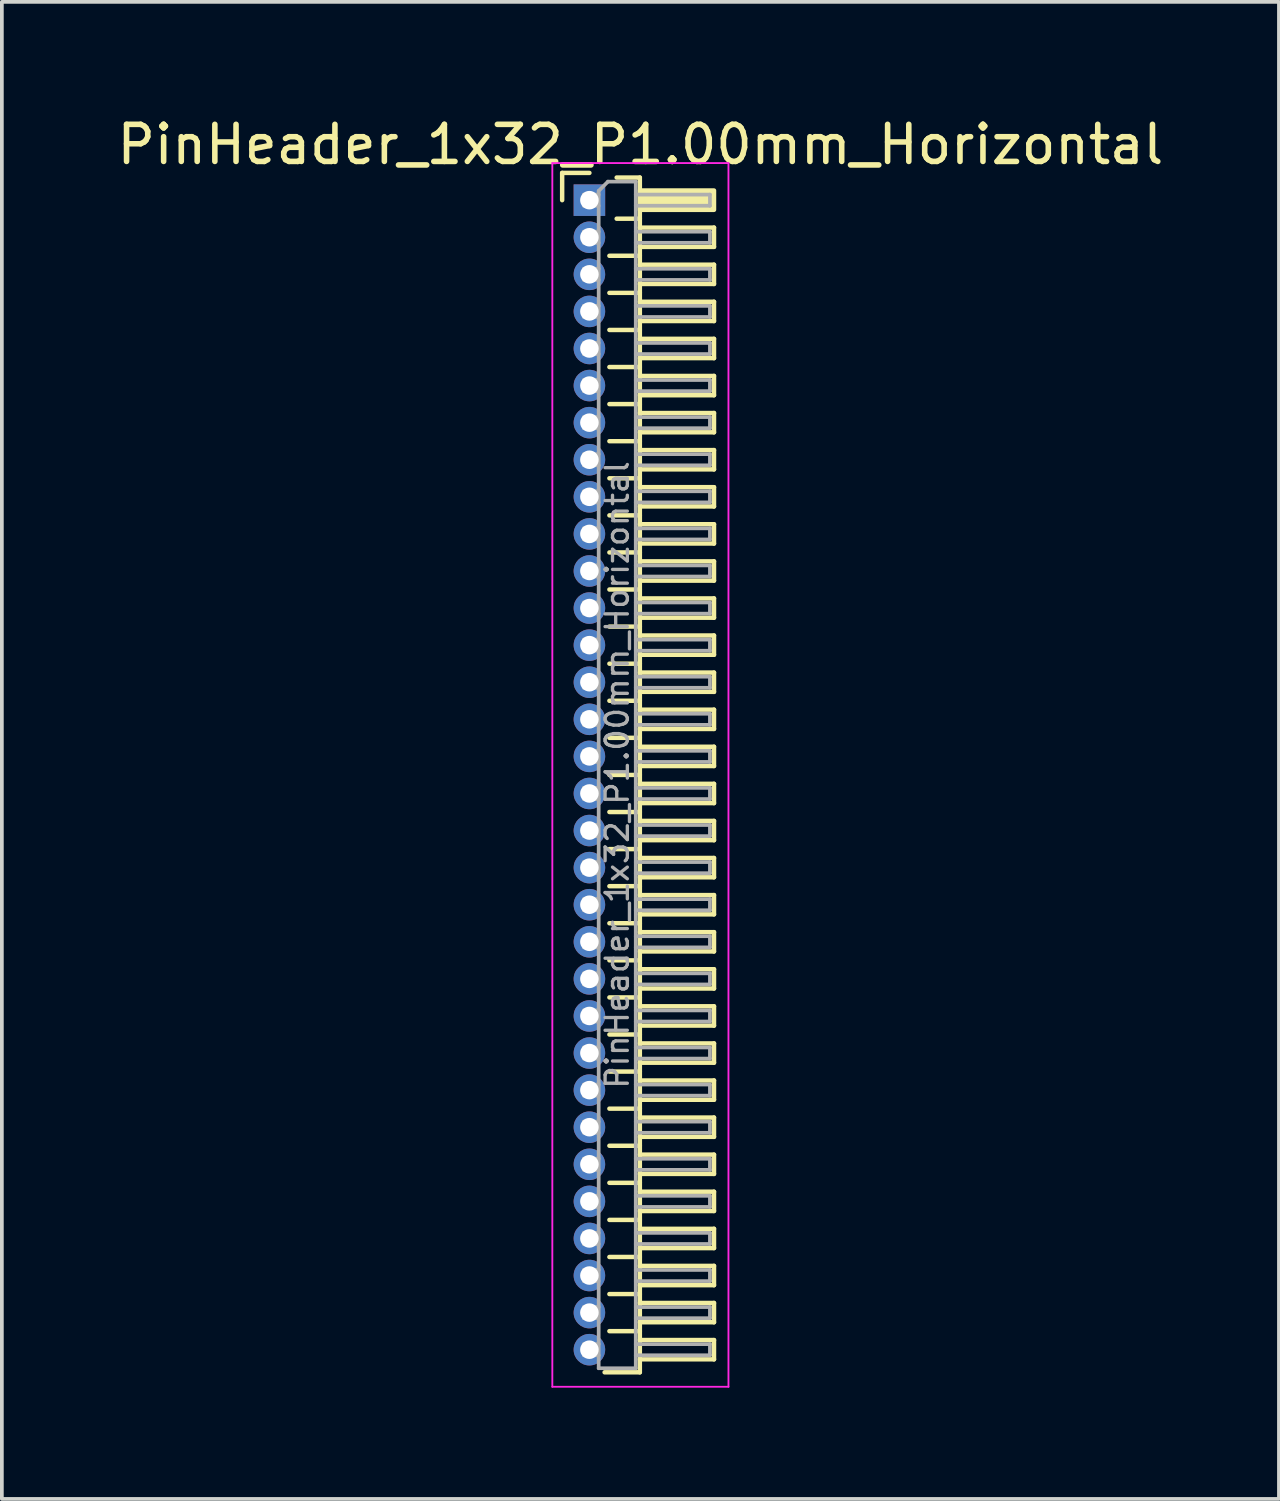
<source format=kicad_pcb>
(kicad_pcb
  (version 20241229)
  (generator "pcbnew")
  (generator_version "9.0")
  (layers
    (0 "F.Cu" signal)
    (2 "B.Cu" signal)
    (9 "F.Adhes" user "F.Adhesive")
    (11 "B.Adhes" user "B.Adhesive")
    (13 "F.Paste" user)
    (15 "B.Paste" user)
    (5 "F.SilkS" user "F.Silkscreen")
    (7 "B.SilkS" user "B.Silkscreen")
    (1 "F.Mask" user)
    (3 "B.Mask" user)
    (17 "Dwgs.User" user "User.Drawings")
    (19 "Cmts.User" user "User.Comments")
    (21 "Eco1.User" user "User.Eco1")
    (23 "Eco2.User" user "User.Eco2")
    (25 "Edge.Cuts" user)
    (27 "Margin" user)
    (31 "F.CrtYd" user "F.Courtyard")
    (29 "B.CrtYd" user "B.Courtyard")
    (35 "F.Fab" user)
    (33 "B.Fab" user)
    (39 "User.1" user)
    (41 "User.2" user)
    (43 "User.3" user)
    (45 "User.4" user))
  (footprint "PinHeader_1x32_P1.00mm_Horizontal"
    (layer "F.Cu")
    (at 12.845 2.348)
    (property "Reference" "PinHeader_1x32_P1.00mm_Horizontal" (at 1.375 -1.5 0) (layer "F.SilkS") (effects (font (size 1 1) (thickness 0.15))))
    (attr through_hole)
    (fp_line (start -0.735 -0.735) (end 0 -0.735) (stroke (width 0.12) (type solid)) (layer "F.SilkS"))
    (fp_line (start -0.735 0) (end -0.735 -0.735) (stroke (width 0.12) (type solid)) (layer "F.SilkS"))
    (fp_line (start 0.539 1.5) (end 1.36 1.5) (stroke (width 0.12) (type solid)) (layer "F.SilkS"))
    (fp_line (start 0.539 2.5) (end 1.36 2.5) (stroke (width 0.12) (type solid)) (layer "F.SilkS"))
    (fp_line (start 0.539 3.5) (end 1.36 3.5) (stroke (width 0.12) (type solid)) (layer "F.SilkS"))
    (fp_line (start 0.539 4.5) (end 1.36 4.5) (stroke (width 0.12) (type solid)) (layer "F.SilkS"))
    (fp_line (start 0.539 5.5) (end 1.36 5.5) (stroke (width 0.12) (type solid)) (layer "F.SilkS"))
    (fp_line (start 0.539 6.5) (end 1.36 6.5) (stroke (width 0.12) (type solid)) (layer "F.SilkS"))
    (fp_line (start 0.539 7.5) (end 1.36 7.5) (stroke (width 0.12) (type solid)) (layer "F.SilkS"))
    (fp_line (start 0.539 8.5) (end 1.36 8.5) (stroke (width 0.12) (type solid)) (layer "F.SilkS"))
    (fp_line (start 0.539 9.5) (end 1.36 9.5) (stroke (width 0.12) (type solid)) (layer "F.SilkS"))
    (fp_line (start 0.539 10.5) (end 1.36 10.5) (stroke (width 0.12) (type solid)) (layer "F.SilkS"))
    (fp_line (start 0.539 11.5) (end 1.36 11.5) (stroke (width 0.12) (type solid)) (layer "F.SilkS"))
    (fp_line (start 0.539 12.5) (end 1.36 12.5) (stroke (width 0.12) (type solid)) (layer "F.SilkS"))
    (fp_line (start 0.539 13.5) (end 1.36 13.5) (stroke (width 0.12) (type solid)) (layer "F.SilkS"))
    (fp_line (start 0.539 14.5) (end 1.36 14.5) (stroke (width 0.12) (type solid)) (layer "F.SilkS"))
    (fp_line (start 0.539 15.5) (end 1.36 15.5) (stroke (width 0.12) (type solid)) (layer "F.SilkS"))
    (fp_line (start 0.539 16.5) (end 1.36 16.5) (stroke (width 0.12) (type solid)) (layer "F.SilkS"))
    (fp_line (start 0.539 17.5) (end 1.36 17.5) (stroke (width 0.12) (type solid)) (layer "F.SilkS"))
    (fp_line (start 0.539 18.5) (end 1.36 18.5) (stroke (width 0.12) (type solid)) (layer "F.SilkS"))
    (fp_line (start 0.539 19.5) (end 1.36 19.5) (stroke (width 0.12) (type solid)) (layer "F.SilkS"))
    (fp_line (start 0.539 20.5) (end 1.36 20.5) (stroke (width 0.12) (type solid)) (layer "F.SilkS"))
    (fp_line (start 0.539 21.5) (end 1.36 21.5) (stroke (width 0.12) (type solid)) (layer "F.SilkS"))
    (fp_line (start 0.539 22.5) (end 1.36 22.5) (stroke (width 0.12) (type solid)) (layer "F.SilkS"))
    (fp_line (start 0.539 23.5) (end 1.36 23.5) (stroke (width 0.12) (type solid)) (layer "F.SilkS"))
    (fp_line (start 0.539 24.5) (end 1.36 24.5) (stroke (width 0.12) (type solid)) (layer "F.SilkS"))
    (fp_line (start 0.539 25.5) (end 1.36 25.5) (stroke (width 0.12) (type solid)) (layer "F.SilkS"))
    (fp_line (start 0.539 26.5) (end 1.36 26.5) (stroke (width 0.12) (type solid)) (layer "F.SilkS"))
    (fp_line (start 0.539 27.5) (end 1.36 27.5) (stroke (width 0.12) (type solid)) (layer "F.SilkS"))
    (fp_line (start 0.539 28.5) (end 1.36 28.5) (stroke (width 0.12) (type solid)) (layer "F.SilkS"))
    (fp_line (start 0.539 29.5) (end 1.36 29.5) (stroke (width 0.12) (type solid)) (layer "F.SilkS"))
    (fp_line (start 0.539 30.5) (end 1.36 30.5) (stroke (width 0.12) (type solid)) (layer "F.SilkS"))
    (fp_line (start 0.735 -0.61) (end 1.36 -0.61) (stroke (width 0.12) (type solid)) (layer "F.SilkS"))
    (fp_line (start 0.735 0.5) (end 1.36 0.5) (stroke (width 0.12) (type solid)) (layer "F.SilkS"))
    (fp_line (start 1.36 -0.61) (end 1.36 31.61) (stroke (width 0.12) (type solid)) (layer "F.SilkS"))
    (fp_line (start 1.36 0.74) (end 3.36 0.74) (stroke (width 0.12) (type solid)) (layer "F.SilkS"))
    (fp_line (start 1.36 1.74) (end 3.36 1.74) (stroke (width 0.12) (type solid)) (layer "F.SilkS"))
    (fp_line (start 1.36 2.74) (end 3.36 2.74) (stroke (width 0.12) (type solid)) (layer "F.SilkS"))
    (fp_line (start 1.36 3.74) (end 3.36 3.74) (stroke (width 0.12) (type solid)) (layer "F.SilkS"))
    (fp_line (start 1.36 4.74) (end 3.36 4.74) (stroke (width 0.12) (type solid)) (layer "F.SilkS"))
    (fp_line (start 1.36 5.74) (end 3.36 5.74) (stroke (width 0.12) (type solid)) (layer "F.SilkS"))
    (fp_line (start 1.36 6.74) (end 3.36 6.74) (stroke (width 0.12) (type solid)) (layer "F.SilkS"))
    (fp_line (start 1.36 7.74) (end 3.36 7.74) (stroke (width 0.12) (type solid)) (layer "F.SilkS"))
    (fp_line (start 1.36 8.74) (end 3.36 8.74) (stroke (width 0.12) (type solid)) (layer "F.SilkS"))
    (fp_line (start 1.36 9.74) (end 3.36 9.74) (stroke (width 0.12) (type solid)) (layer "F.SilkS"))
    (fp_line (start 1.36 10.74) (end 3.36 10.74) (stroke (width 0.12) (type solid)) (layer "F.SilkS"))
    (fp_line (start 1.36 11.74) (end 3.36 11.74) (stroke (width 0.12) (type solid)) (layer "F.SilkS"))
    (fp_line (start 1.36 12.74) (end 3.36 12.74) (stroke (width 0.12) (type solid)) (layer "F.SilkS"))
    (fp_line (start 1.36 13.74) (end 3.36 13.74) (stroke (width 0.12) (type solid)) (layer "F.SilkS"))
    (fp_line (start 1.36 14.74) (end 3.36 14.74) (stroke (width 0.12) (type solid)) (layer "F.SilkS"))
    (fp_line (start 1.36 15.74) (end 3.36 15.74) (stroke (width 0.12) (type solid)) (layer "F.SilkS"))
    (fp_line (start 1.36 16.74) (end 3.36 16.74) (stroke (width 0.12) (type solid)) (layer "F.SilkS"))
    (fp_line (start 1.36 17.74) (end 3.36 17.74) (stroke (width 0.12) (type solid)) (layer "F.SilkS"))
    (fp_line (start 1.36 18.74) (end 3.36 18.74) (stroke (width 0.12) (type solid)) (layer "F.SilkS"))
    (fp_line (start 1.36 19.74) (end 3.36 19.74) (stroke (width 0.12) (type solid)) (layer "F.SilkS"))
    (fp_line (start 1.36 20.74) (end 3.36 20.74) (stroke (width 0.12) (type solid)) (layer "F.SilkS"))
    (fp_line (start 1.36 21.74) (end 3.36 21.74) (stroke (width 0.12) (type solid)) (layer "F.SilkS"))
    (fp_line (start 1.36 22.74) (end 3.36 22.74) (stroke (width 0.12) (type solid)) (layer "F.SilkS"))
    (fp_line (start 1.36 23.74) (end 3.36 23.74) (stroke (width 0.12) (type solid)) (layer "F.SilkS"))
    (fp_line (start 1.36 24.74) (end 3.36 24.74) (stroke (width 0.12) (type solid)) (layer "F.SilkS"))
    (fp_line (start 1.36 25.74) (end 3.36 25.74) (stroke (width 0.12) (type solid)) (layer "F.SilkS"))
    (fp_line (start 1.36 26.74) (end 3.36 26.74) (stroke (width 0.12) (type solid)) (layer "F.SilkS"))
    (fp_line (start 1.36 27.74) (end 3.36 27.74) (stroke (width 0.12) (type solid)) (layer "F.SilkS"))
    (fp_line (start 1.36 28.74) (end 3.36 28.74) (stroke (width 0.12) (type solid)) (layer "F.SilkS"))
    (fp_line (start 1.36 29.74) (end 3.36 29.74) (stroke (width 0.12) (type solid)) (layer "F.SilkS"))
    (fp_line (start 1.36 30.74) (end 3.36 30.74) (stroke (width 0.12) (type solid)) (layer "F.SilkS"))
    (fp_line (start 1.36 31.61) (end 0.41 31.61) (stroke (width 0.12) (type solid)) (layer "F.SilkS"))
    (fp_line (start 3.36 0.74) (end 3.36 1.26) (stroke (width 0.12) (type solid)) (layer "F.SilkS"))
    (fp_line (start 3.36 1.26) (end 1.36 1.26) (stroke (width 0.12) (type solid)) (layer "F.SilkS"))
    (fp_line (start 3.36 1.74) (end 3.36 2.26) (stroke (width 0.12) (type solid)) (layer "F.SilkS"))
    (fp_line (start 3.36 2.26) (end 1.36 2.26) (stroke (width 0.12) (type solid)) (layer "F.SilkS"))
    (fp_line (start 3.36 2.74) (end 3.36 3.26) (stroke (width 0.12) (type solid)) (layer "F.SilkS"))
    (fp_line (start 3.36 3.26) (end 1.36 3.26) (stroke (width 0.12) (type solid)) (layer "F.SilkS"))
    (fp_line (start 3.36 3.74) (end 3.36 4.26) (stroke (width 0.12) (type solid)) (layer "F.SilkS"))
    (fp_line (start 3.36 4.26) (end 1.36 4.26) (stroke (width 0.12) (type solid)) (layer "F.SilkS"))
    (fp_line (start 3.36 4.74) (end 3.36 5.26) (stroke (width 0.12) (type solid)) (layer "F.SilkS"))
    (fp_line (start 3.36 5.26) (end 1.36 5.26) (stroke (width 0.12) (type solid)) (layer "F.SilkS"))
    (fp_line (start 3.36 5.74) (end 3.36 6.26) (stroke (width 0.12) (type solid)) (layer "F.SilkS"))
    (fp_line (start 3.36 6.26) (end 1.36 6.26) (stroke (width 0.12) (type solid)) (layer "F.SilkS"))
    (fp_line (start 3.36 6.74) (end 3.36 7.26) (stroke (width 0.12) (type solid)) (layer "F.SilkS"))
    (fp_line (start 3.36 7.26) (end 1.36 7.26) (stroke (width 0.12) (type solid)) (layer "F.SilkS"))
    (fp_line (start 3.36 7.74) (end 3.36 8.26) (stroke (width 0.12) (type solid)) (layer "F.SilkS"))
    (fp_line (start 3.36 8.26) (end 1.36 8.26) (stroke (width 0.12) (type solid)) (layer "F.SilkS"))
    (fp_line (start 3.36 8.74) (end 3.36 9.26) (stroke (width 0.12) (type solid)) (layer "F.SilkS"))
    (fp_line (start 3.36 9.26) (end 1.36 9.26) (stroke (width 0.12) (type solid)) (layer "F.SilkS"))
    (fp_line (start 3.36 9.74) (end 3.36 10.26) (stroke (width 0.12) (type solid)) (layer "F.SilkS"))
    (fp_line (start 3.36 10.26) (end 1.36 10.26) (stroke (width 0.12) (type solid)) (layer "F.SilkS"))
    (fp_line (start 3.36 10.74) (end 3.36 11.26) (stroke (width 0.12) (type solid)) (layer "F.SilkS"))
    (fp_line (start 3.36 11.26) (end 1.36 11.26) (stroke (width 0.12) (type solid)) (layer "F.SilkS"))
    (fp_line (start 3.36 11.74) (end 3.36 12.26) (stroke (width 0.12) (type solid)) (layer "F.SilkS"))
    (fp_line (start 3.36 12.26) (end 1.36 12.26) (stroke (width 0.12) (type solid)) (layer "F.SilkS"))
    (fp_line (start 3.36 12.74) (end 3.36 13.26) (stroke (width 0.12) (type solid)) (layer "F.SilkS"))
    (fp_line (start 3.36 13.26) (end 1.36 13.26) (stroke (width 0.12) (type solid)) (layer "F.SilkS"))
    (fp_line (start 3.36 13.74) (end 3.36 14.26) (stroke (width 0.12) (type solid)) (layer "F.SilkS"))
    (fp_line (start 3.36 14.26) (end 1.36 14.26) (stroke (width 0.12) (type solid)) (layer "F.SilkS"))
    (fp_line (start 3.36 14.74) (end 3.36 15.26) (stroke (width 0.12) (type solid)) (layer "F.SilkS"))
    (fp_line (start 3.36 15.26) (end 1.36 15.26) (stroke (width 0.12) (type solid)) (layer "F.SilkS"))
    (fp_line (start 3.36 15.74) (end 3.36 16.26) (stroke (width 0.12) (type solid)) (layer "F.SilkS"))
    (fp_line (start 3.36 16.26) (end 1.36 16.26) (stroke (width 0.12) (type solid)) (layer "F.SilkS"))
    (fp_line (start 3.36 16.74) (end 3.36 17.26) (stroke (width 0.12) (type solid)) (layer "F.SilkS"))
    (fp_line (start 3.36 17.26) (end 1.36 17.26) (stroke (width 0.12) (type solid)) (layer "F.SilkS"))
    (fp_line (start 3.36 17.74) (end 3.36 18.26) (stroke (width 0.12) (type solid)) (layer "F.SilkS"))
    (fp_line (start 3.36 18.26) (end 1.36 18.26) (stroke (width 0.12) (type solid)) (layer "F.SilkS"))
    (fp_line (start 3.36 18.74) (end 3.36 19.26) (stroke (width 0.12) (type solid)) (layer "F.SilkS"))
    (fp_line (start 3.36 19.26) (end 1.36 19.26) (stroke (width 0.12) (type solid)) (layer "F.SilkS"))
    (fp_line (start 3.36 19.74) (end 3.36 20.26) (stroke (width 0.12) (type solid)) (layer "F.SilkS"))
    (fp_line (start 3.36 20.26) (end 1.36 20.26) (stroke (width 0.12) (type solid)) (layer "F.SilkS"))
    (fp_line (start 3.36 20.74) (end 3.36 21.26) (stroke (width 0.12) (type solid)) (layer "F.SilkS"))
    (fp_line (start 3.36 21.26) (end 1.36 21.26) (stroke (width 0.12) (type solid)) (layer "F.SilkS"))
    (fp_line (start 3.36 21.74) (end 3.36 22.26) (stroke (width 0.12) (type solid)) (layer "F.SilkS"))
    (fp_line (start 3.36 22.26) (end 1.36 22.26) (stroke (width 0.12) (type solid)) (layer "F.SilkS"))
    (fp_line (start 3.36 22.74) (end 3.36 23.26) (stroke (width 0.12) (type solid)) (layer "F.SilkS"))
    (fp_line (start 3.36 23.26) (end 1.36 23.26) (stroke (width 0.12) (type solid)) (layer "F.SilkS"))
    (fp_line (start 3.36 23.74) (end 3.36 24.26) (stroke (width 0.12) (type solid)) (layer "F.SilkS"))
    (fp_line (start 3.36 24.26) (end 1.36 24.26) (stroke (width 0.12) (type solid)) (layer "F.SilkS"))
    (fp_line (start 3.36 24.74) (end 3.36 25.26) (stroke (width 0.12) (type solid)) (layer "F.SilkS"))
    (fp_line (start 3.36 25.26) (end 1.36 25.26) (stroke (width 0.12) (type solid)) (layer "F.SilkS"))
    (fp_line (start 3.36 25.74) (end 3.36 26.26) (stroke (width 0.12) (type solid)) (layer "F.SilkS"))
    (fp_line (start 3.36 26.26) (end 1.36 26.26) (stroke (width 0.12) (type solid)) (layer "F.SilkS"))
    (fp_line (start 3.36 26.74) (end 3.36 27.26) (stroke (width 0.12) (type solid)) (layer "F.SilkS"))
    (fp_line (start 3.36 27.26) (end 1.36 27.26) (stroke (width 0.12) (type solid)) (layer "F.SilkS"))
    (fp_line (start 3.36 27.74) (end 3.36 28.26) (stroke (width 0.12) (type solid)) (layer "F.SilkS"))
    (fp_line (start 3.36 28.26) (end 1.36 28.26) (stroke (width 0.12) (type solid)) (layer "F.SilkS"))
    (fp_line (start 3.36 28.74) (end 3.36 29.26) (stroke (width 0.12) (type solid)) (layer "F.SilkS"))
    (fp_line (start 3.36 29.26) (end 1.36 29.26) (stroke (width 0.12) (type solid)) (layer "F.SilkS"))
    (fp_line (start 3.36 29.74) (end 3.36 30.26) (stroke (width 0.12) (type solid)) (layer "F.SilkS"))
    (fp_line (start 3.36 30.26) (end 1.36 30.26) (stroke (width 0.12) (type solid)) (layer "F.SilkS"))
    (fp_line (start 3.36 30.74) (end 3.36 31.26) (stroke (width 0.12) (type solid)) (layer "F.SilkS"))
    (fp_line (start 3.36 31.26) (end 1.36 31.26) (stroke (width 0.12) (type solid)) (layer "F.SilkS"))
    (fp_rect (start 1.36 -0.26) (end 3.36 0.26) (stroke (width 0.12) (type solid)) (fill yes) (layer "F.SilkS"))
    (fp_line (start -1 -1) (end -1 32) (stroke (width 0.05) (type solid)) (layer "F.CrtYd"))
    (fp_line (start -1 32) (end 3.75 32) (stroke (width 0.05) (type solid)) (layer "F.CrtYd"))
    (fp_line (start 3.75 -1) (end -1 -1) (stroke (width 0.05) (type solid)) (layer "F.CrtYd"))
    (fp_line (start 3.75 32) (end 3.75 -1) (stroke (width 0.05) (type solid)) (layer "F.CrtYd"))
    (fp_line (start -0.15 -0.15) (end -0.15 0.15) (stroke (width 0.1) (type solid)) (layer "F.Fab"))
    (fp_line (start -0.15 -0.15) (end 0.25 -0.15) (stroke (width 0.1) (type solid)) (layer "F.Fab"))
    (fp_line (start -0.15 0.15) (end 0.25 0.15) (stroke (width 0.1) (type solid)) (layer "F.Fab"))
    (fp_line (start -0.15 0.85) (end -0.15 1.15) (stroke (width 0.1) (type solid)) (layer "F.Fab"))
    (fp_line (start -0.15 0.85) (end 0.25 0.85) (stroke (width 0.1) (type solid)) (layer "F.Fab"))
    (fp_line (start -0.15 1.15) (end 0.25 1.15) (stroke (width 0.1) (type solid)) (layer "F.Fab"))
    (fp_line (start -0.15 1.85) (end -0.15 2.15) (stroke (width 0.1) (type solid)) (layer "F.Fab"))
    (fp_line (start -0.15 1.85) (end 0.25 1.85) (stroke (width 0.1) (type solid)) (layer "F.Fab"))
    (fp_line (start -0.15 2.15) (end 0.25 2.15) (stroke (width 0.1) (type solid)) (layer "F.Fab"))
    (fp_line (start -0.15 2.85) (end -0.15 3.15) (stroke (width 0.1) (type solid)) (layer "F.Fab"))
    (fp_line (start -0.15 2.85) (end 0.25 2.85) (stroke (width 0.1) (type solid)) (layer "F.Fab"))
    (fp_line (start -0.15 3.15) (end 0.25 3.15) (stroke (width 0.1) (type solid)) (layer "F.Fab"))
    (fp_line (start -0.15 3.85) (end -0.15 4.15) (stroke (width 0.1) (type solid)) (layer "F.Fab"))
    (fp_line (start -0.15 3.85) (end 0.25 3.85) (stroke (width 0.1) (type solid)) (layer "F.Fab"))
    (fp_line (start -0.15 4.15) (end 0.25 4.15) (stroke (width 0.1) (type solid)) (layer "F.Fab"))
    (fp_line (start -0.15 4.85) (end -0.15 5.15) (stroke (width 0.1) (type solid)) (layer "F.Fab"))
    (fp_line (start -0.15 4.85) (end 0.25 4.85) (stroke (width 0.1) (type solid)) (layer "F.Fab"))
    (fp_line (start -0.15 5.15) (end 0.25 5.15) (stroke (width 0.1) (type solid)) (layer "F.Fab"))
    (fp_line (start -0.15 5.85) (end -0.15 6.15) (stroke (width 0.1) (type solid)) (layer "F.Fab"))
    (fp_line (start -0.15 5.85) (end 0.25 5.85) (stroke (width 0.1) (type solid)) (layer "F.Fab"))
    (fp_line (start -0.15 6.15) (end 0.25 6.15) (stroke (width 0.1) (type solid)) (layer "F.Fab"))
    (fp_line (start -0.15 6.85) (end -0.15 7.15) (stroke (width 0.1) (type solid)) (layer "F.Fab"))
    (fp_line (start -0.15 6.85) (end 0.25 6.85) (stroke (width 0.1) (type solid)) (layer "F.Fab"))
    (fp_line (start -0.15 7.15) (end 0.25 7.15) (stroke (width 0.1) (type solid)) (layer "F.Fab"))
    (fp_line (start -0.15 7.85) (end -0.15 8.15) (stroke (width 0.1) (type solid)) (layer "F.Fab"))
    (fp_line (start -0.15 7.85) (end 0.25 7.85) (stroke (width 0.1) (type solid)) (layer "F.Fab"))
    (fp_line (start -0.15 8.15) (end 0.25 8.15) (stroke (width 0.1) (type solid)) (layer "F.Fab"))
    (fp_line (start -0.15 8.85) (end -0.15 9.15) (stroke (width 0.1) (type solid)) (layer "F.Fab"))
    (fp_line (start -0.15 8.85) (end 0.25 8.85) (stroke (width 0.1) (type solid)) (layer "F.Fab"))
    (fp_line (start -0.15 9.15) (end 0.25 9.15) (stroke (width 0.1) (type solid)) (layer "F.Fab"))
    (fp_line (start -0.15 9.85) (end -0.15 10.15) (stroke (width 0.1) (type solid)) (layer "F.Fab"))
    (fp_line (start -0.15 9.85) (end 0.25 9.85) (stroke (width 0.1) (type solid)) (layer "F.Fab"))
    (fp_line (start -0.15 10.15) (end 0.25 10.15) (stroke (width 0.1) (type solid)) (layer "F.Fab"))
    (fp_line (start -0.15 10.85) (end -0.15 11.15) (stroke (width 0.1) (type solid)) (layer "F.Fab"))
    (fp_line (start -0.15 10.85) (end 0.25 10.85) (stroke (width 0.1) (type solid)) (layer "F.Fab"))
    (fp_line (start -0.15 11.15) (end 0.25 11.15) (stroke (width 0.1) (type solid)) (layer "F.Fab"))
    (fp_line (start -0.15 11.85) (end -0.15 12.15) (stroke (width 0.1) (type solid)) (layer "F.Fab"))
    (fp_line (start -0.15 11.85) (end 0.25 11.85) (stroke (width 0.1) (type solid)) (layer "F.Fab"))
    (fp_line (start -0.15 12.15) (end 0.25 12.15) (stroke (width 0.1) (type solid)) (layer "F.Fab"))
    (fp_line (start -0.15 12.85) (end -0.15 13.15) (stroke (width 0.1) (type solid)) (layer "F.Fab"))
    (fp_line (start -0.15 12.85) (end 0.25 12.85) (stroke (width 0.1) (type solid)) (layer "F.Fab"))
    (fp_line (start -0.15 13.15) (end 0.25 13.15) (stroke (width 0.1) (type solid)) (layer "F.Fab"))
    (fp_line (start -0.15 13.85) (end -0.15 14.15) (stroke (width 0.1) (type solid)) (layer "F.Fab"))
    (fp_line (start -0.15 13.85) (end 0.25 13.85) (stroke (width 0.1) (type solid)) (layer "F.Fab"))
    (fp_line (start -0.15 14.15) (end 0.25 14.15) (stroke (width 0.1) (type solid)) (layer "F.Fab"))
    (fp_line (start -0.15 14.85) (end -0.15 15.15) (stroke (width 0.1) (type solid)) (layer "F.Fab"))
    (fp_line (start -0.15 14.85) (end 0.25 14.85) (stroke (width 0.1) (type solid)) (layer "F.Fab"))
    (fp_line (start -0.15 15.15) (end 0.25 15.15) (stroke (width 0.1) (type solid)) (layer "F.Fab"))
    (fp_line (start -0.15 15.85) (end -0.15 16.15) (stroke (width 0.1) (type solid)) (layer "F.Fab"))
    (fp_line (start -0.15 15.85) (end 0.25 15.85) (stroke (width 0.1) (type solid)) (layer "F.Fab"))
    (fp_line (start -0.15 16.15) (end 0.25 16.15) (stroke (width 0.1) (type solid)) (layer "F.Fab"))
    (fp_line (start -0.15 16.85) (end -0.15 17.15) (stroke (width 0.1) (type solid)) (layer "F.Fab"))
    (fp_line (start -0.15 16.85) (end 0.25 16.85) (stroke (width 0.1) (type solid)) (layer "F.Fab"))
    (fp_line (start -0.15 17.15) (end 0.25 17.15) (stroke (width 0.1) (type solid)) (layer "F.Fab"))
    (fp_line (start -0.15 17.85) (end -0.15 18.15) (stroke (width 0.1) (type solid)) (layer "F.Fab"))
    (fp_line (start -0.15 17.85) (end 0.25 17.85) (stroke (width 0.1) (type solid)) (layer "F.Fab"))
    (fp_line (start -0.15 18.15) (end 0.25 18.15) (stroke (width 0.1) (type solid)) (layer "F.Fab"))
    (fp_line (start -0.15 18.85) (end -0.15 19.15) (stroke (width 0.1) (type solid)) (layer "F.Fab"))
    (fp_line (start -0.15 18.85) (end 0.25 18.85) (stroke (width 0.1) (type solid)) (layer "F.Fab"))
    (fp_line (start -0.15 19.15) (end 0.25 19.15) (stroke (width 0.1) (type solid)) (layer "F.Fab"))
    (fp_line (start -0.15 19.85) (end -0.15 20.15) (stroke (width 0.1) (type solid)) (layer "F.Fab"))
    (fp_line (start -0.15 19.85) (end 0.25 19.85) (stroke (width 0.1) (type solid)) (layer "F.Fab"))
    (fp_line (start -0.15 20.15) (end 0.25 20.15) (stroke (width 0.1) (type solid)) (layer "F.Fab"))
    (fp_line (start -0.15 20.85) (end -0.15 21.15) (stroke (width 0.1) (type solid)) (layer "F.Fab"))
    (fp_line (start -0.15 20.85) (end 0.25 20.85) (stroke (width 0.1) (type solid)) (layer "F.Fab"))
    (fp_line (start -0.15 21.15) (end 0.25 21.15) (stroke (width 0.1) (type solid)) (layer "F.Fab"))
    (fp_line (start -0.15 21.85) (end -0.15 22.15) (stroke (width 0.1) (type solid)) (layer "F.Fab"))
    (fp_line (start -0.15 21.85) (end 0.25 21.85) (stroke (width 0.1) (type solid)) (layer "F.Fab"))
    (fp_line (start -0.15 22.15) (end 0.25 22.15) (stroke (width 0.1) (type solid)) (layer "F.Fab"))
    (fp_line (start -0.15 22.85) (end -0.15 23.15) (stroke (width 0.1) (type solid)) (layer "F.Fab"))
    (fp_line (start -0.15 22.85) (end 0.25 22.85) (stroke (width 0.1) (type solid)) (layer "F.Fab"))
    (fp_line (start -0.15 23.15) (end 0.25 23.15) (stroke (width 0.1) (type solid)) (layer "F.Fab"))
    (fp_line (start -0.15 23.85) (end -0.15 24.15) (stroke (width 0.1) (type solid)) (layer "F.Fab"))
    (fp_line (start -0.15 23.85) (end 0.25 23.85) (stroke (width 0.1) (type solid)) (layer "F.Fab"))
    (fp_line (start -0.15 24.15) (end 0.25 24.15) (stroke (width 0.1) (type solid)) (layer "F.Fab"))
    (fp_line (start -0.15 24.85) (end -0.15 25.15) (stroke (width 0.1) (type solid)) (layer "F.Fab"))
    (fp_line (start -0.15 24.85) (end 0.25 24.85) (stroke (width 0.1) (type solid)) (layer "F.Fab"))
    (fp_line (start -0.15 25.15) (end 0.25 25.15) (stroke (width 0.1) (type solid)) (layer "F.Fab"))
    (fp_line (start -0.15 25.85) (end -0.15 26.15) (stroke (width 0.1) (type solid)) (layer "F.Fab"))
    (fp_line (start -0.15 25.85) (end 0.25 25.85) (stroke (width 0.1) (type solid)) (layer "F.Fab"))
    (fp_line (start -0.15 26.15) (end 0.25 26.15) (stroke (width 0.1) (type solid)) (layer "F.Fab"))
    (fp_line (start -0.15 26.85) (end -0.15 27.15) (stroke (width 0.1) (type solid)) (layer "F.Fab"))
    (fp_line (start -0.15 26.85) (end 0.25 26.85) (stroke (width 0.1) (type solid)) (layer "F.Fab"))
    (fp_line (start -0.15 27.15) (end 0.25 27.15) (stroke (width 0.1) (type solid)) (layer "F.Fab"))
    (fp_line (start -0.15 27.85) (end -0.15 28.15) (stroke (width 0.1) (type solid)) (layer "F.Fab"))
    (fp_line (start -0.15 27.85) (end 0.25 27.85) (stroke (width 0.1) (type solid)) (layer "F.Fab"))
    (fp_line (start -0.15 28.15) (end 0.25 28.15) (stroke (width 0.1) (type solid)) (layer "F.Fab"))
    (fp_line (start -0.15 28.85) (end -0.15 29.15) (stroke (width 0.1) (type solid)) (layer "F.Fab"))
    (fp_line (start -0.15 28.85) (end 0.25 28.85) (stroke (width 0.1) (type solid)) (layer "F.Fab"))
    (fp_line (start -0.15 29.15) (end 0.25 29.15) (stroke (width 0.1) (type solid)) (layer "F.Fab"))
    (fp_line (start -0.15 29.85) (end -0.15 30.15) (stroke (width 0.1) (type solid)) (layer "F.Fab"))
    (fp_line (start -0.15 29.85) (end 0.25 29.85) (stroke (width 0.1) (type solid)) (layer "F.Fab"))
    (fp_line (start -0.15 30.15) (end 0.25 30.15) (stroke (width 0.1) (type solid)) (layer "F.Fab"))
    (fp_line (start -0.15 30.85) (end -0.15 31.15) (stroke (width 0.1) (type solid)) (layer "F.Fab"))
    (fp_line (start -0.15 30.85) (end 0.25 30.85) (stroke (width 0.1) (type solid)) (layer "F.Fab"))
    (fp_line (start -0.15 31.15) (end 0.25 31.15) (stroke (width 0.1) (type solid)) (layer "F.Fab"))
    (fp_line (start 0.25 -0.25) (end 0.5 -0.5) (stroke (width 0.1) (type solid)) (layer "F.Fab"))
    (fp_line (start 0.25 31.5) (end 0.25 -0.25) (stroke (width 0.1) (type solid)) (layer "F.Fab"))
    (fp_line (start 0.5 -0.5) (end 1.25 -0.5) (stroke (width 0.1) (type solid)) (layer "F.Fab"))
    (fp_line (start 1.25 -0.5) (end 1.25 31.5) (stroke (width 0.1) (type solid)) (layer "F.Fab"))
    (fp_line (start 1.25 -0.15) (end 3.25 -0.15) (stroke (width 0.1) (type solid)) (layer "F.Fab"))
    (fp_line (start 1.25 0.15) (end 3.25 0.15) (stroke (width 0.1) (type solid)) (layer "F.Fab"))
    (fp_line (start 1.25 0.85) (end 3.25 0.85) (stroke (width 0.1) (type solid)) (layer "F.Fab"))
    (fp_line (start 1.25 1.15) (end 3.25 1.15) (stroke (width 0.1) (type solid)) (layer "F.Fab"))
    (fp_line (start 1.25 1.85) (end 3.25 1.85) (stroke (width 0.1) (type solid)) (layer "F.Fab"))
    (fp_line (start 1.25 2.15) (end 3.25 2.15) (stroke (width 0.1) (type solid)) (layer "F.Fab"))
    (fp_line (start 1.25 2.85) (end 3.25 2.85) (stroke (width 0.1) (type solid)) (layer "F.Fab"))
    (fp_line (start 1.25 3.15) (end 3.25 3.15) (stroke (width 0.1) (type solid)) (layer "F.Fab"))
    (fp_line (start 1.25 3.85) (end 3.25 3.85) (stroke (width 0.1) (type solid)) (layer "F.Fab"))
    (fp_line (start 1.25 4.15) (end 3.25 4.15) (stroke (width 0.1) (type solid)) (layer "F.Fab"))
    (fp_line (start 1.25 4.85) (end 3.25 4.85) (stroke (width 0.1) (type solid)) (layer "F.Fab"))
    (fp_line (start 1.25 5.15) (end 3.25 5.15) (stroke (width 0.1) (type solid)) (layer "F.Fab"))
    (fp_line (start 1.25 5.85) (end 3.25 5.85) (stroke (width 0.1) (type solid)) (layer "F.Fab"))
    (fp_line (start 1.25 6.15) (end 3.25 6.15) (stroke (width 0.1) (type solid)) (layer "F.Fab"))
    (fp_line (start 1.25 6.85) (end 3.25 6.85) (stroke (width 0.1) (type solid)) (layer "F.Fab"))
    (fp_line (start 1.25 7.15) (end 3.25 7.15) (stroke (width 0.1) (type solid)) (layer "F.Fab"))
    (fp_line (start 1.25 7.85) (end 3.25 7.85) (stroke (width 0.1) (type solid)) (layer "F.Fab"))
    (fp_line (start 1.25 8.15) (end 3.25 8.15) (stroke (width 0.1) (type solid)) (layer "F.Fab"))
    (fp_line (start 1.25 8.85) (end 3.25 8.85) (stroke (width 0.1) (type solid)) (layer "F.Fab"))
    (fp_line (start 1.25 9.15) (end 3.25 9.15) (stroke (width 0.1) (type solid)) (layer "F.Fab"))
    (fp_line (start 1.25 9.85) (end 3.25 9.85) (stroke (width 0.1) (type solid)) (layer "F.Fab"))
    (fp_line (start 1.25 10.15) (end 3.25 10.15) (stroke (width 0.1) (type solid)) (layer "F.Fab"))
    (fp_line (start 1.25 10.85) (end 3.25 10.85) (stroke (width 0.1) (type solid)) (layer "F.Fab"))
    (fp_line (start 1.25 11.15) (end 3.25 11.15) (stroke (width 0.1) (type solid)) (layer "F.Fab"))
    (fp_line (start 1.25 11.85) (end 3.25 11.85) (stroke (width 0.1) (type solid)) (layer "F.Fab"))
    (fp_line (start 1.25 12.15) (end 3.25 12.15) (stroke (width 0.1) (type solid)) (layer "F.Fab"))
    (fp_line (start 1.25 12.85) (end 3.25 12.85) (stroke (width 0.1) (type solid)) (layer "F.Fab"))
    (fp_line (start 1.25 13.15) (end 3.25 13.15) (stroke (width 0.1) (type solid)) (layer "F.Fab"))
    (fp_line (start 1.25 13.85) (end 3.25 13.85) (stroke (width 0.1) (type solid)) (layer "F.Fab"))
    (fp_line (start 1.25 14.15) (end 3.25 14.15) (stroke (width 0.1) (type solid)) (layer "F.Fab"))
    (fp_line (start 1.25 14.85) (end 3.25 14.85) (stroke (width 0.1) (type solid)) (layer "F.Fab"))
    (fp_line (start 1.25 15.15) (end 3.25 15.15) (stroke (width 0.1) (type solid)) (layer "F.Fab"))
    (fp_line (start 1.25 15.85) (end 3.25 15.85) (stroke (width 0.1) (type solid)) (layer "F.Fab"))
    (fp_line (start 1.25 16.15) (end 3.25 16.15) (stroke (width 0.1) (type solid)) (layer "F.Fab"))
    (fp_line (start 1.25 16.85) (end 3.25 16.85) (stroke (width 0.1) (type solid)) (layer "F.Fab"))
    (fp_line (start 1.25 17.15) (end 3.25 17.15) (stroke (width 0.1) (type solid)) (layer "F.Fab"))
    (fp_line (start 1.25 17.85) (end 3.25 17.85) (stroke (width 0.1) (type solid)) (layer "F.Fab"))
    (fp_line (start 1.25 18.15) (end 3.25 18.15) (stroke (width 0.1) (type solid)) (layer "F.Fab"))
    (fp_line (start 1.25 18.85) (end 3.25 18.85) (stroke (width 0.1) (type solid)) (layer "F.Fab"))
    (fp_line (start 1.25 19.15) (end 3.25 19.15) (stroke (width 0.1) (type solid)) (layer "F.Fab"))
    (fp_line (start 1.25 19.85) (end 3.25 19.85) (stroke (width 0.1) (type solid)) (layer "F.Fab"))
    (fp_line (start 1.25 20.15) (end 3.25 20.15) (stroke (width 0.1) (type solid)) (layer "F.Fab"))
    (fp_line (start 1.25 20.85) (end 3.25 20.85) (stroke (width 0.1) (type solid)) (layer "F.Fab"))
    (fp_line (start 1.25 21.15) (end 3.25 21.15) (stroke (width 0.1) (type solid)) (layer "F.Fab"))
    (fp_line (start 1.25 21.85) (end 3.25 21.85) (stroke (width 0.1) (type solid)) (layer "F.Fab"))
    (fp_line (start 1.25 22.15) (end 3.25 22.15) (stroke (width 0.1) (type solid)) (layer "F.Fab"))
    (fp_line (start 1.25 22.85) (end 3.25 22.85) (stroke (width 0.1) (type solid)) (layer "F.Fab"))
    (fp_line (start 1.25 23.15) (end 3.25 23.15) (stroke (width 0.1) (type solid)) (layer "F.Fab"))
    (fp_line (start 1.25 23.85) (end 3.25 23.85) (stroke (width 0.1) (type solid)) (layer "F.Fab"))
    (fp_line (start 1.25 24.15) (end 3.25 24.15) (stroke (width 0.1) (type solid)) (layer "F.Fab"))
    (fp_line (start 1.25 24.85) (end 3.25 24.85) (stroke (width 0.1) (type solid)) (layer "F.Fab"))
    (fp_line (start 1.25 25.15) (end 3.25 25.15) (stroke (width 0.1) (type solid)) (layer "F.Fab"))
    (fp_line (start 1.25 25.85) (end 3.25 25.85) (stroke (width 0.1) (type solid)) (layer "F.Fab"))
    (fp_line (start 1.25 26.15) (end 3.25 26.15) (stroke (width 0.1) (type solid)) (layer "F.Fab"))
    (fp_line (start 1.25 26.85) (end 3.25 26.85) (stroke (width 0.1) (type solid)) (layer "F.Fab"))
    (fp_line (start 1.25 27.15) (end 3.25 27.15) (stroke (width 0.1) (type solid)) (layer "F.Fab"))
    (fp_line (start 1.25 27.85) (end 3.25 27.85) (stroke (width 0.1) (type solid)) (layer "F.Fab"))
    (fp_line (start 1.25 28.15) (end 3.25 28.15) (stroke (width 0.1) (type solid)) (layer "F.Fab"))
    (fp_line (start 1.25 28.85) (end 3.25 28.85) (stroke (width 0.1) (type solid)) (layer "F.Fab"))
    (fp_line (start 1.25 29.15) (end 3.25 29.15) (stroke (width 0.1) (type solid)) (layer "F.Fab"))
    (fp_line (start 1.25 29.85) (end 3.25 29.85) (stroke (width 0.1) (type solid)) (layer "F.Fab"))
    (fp_line (start 1.25 30.15) (end 3.25 30.15) (stroke (width 0.1) (type solid)) (layer "F.Fab"))
    (fp_line (start 1.25 30.85) (end 3.25 30.85) (stroke (width 0.1) (type solid)) (layer "F.Fab"))
    (fp_line (start 1.25 31.15) (end 3.25 31.15) (stroke (width 0.1) (type solid)) (layer "F.Fab"))
    (fp_line (start 1.25 31.5) (end 0.25 31.5) (stroke (width 0.1) (type solid)) (layer "F.Fab"))
    (fp_line (start 3.25 -0.15) (end 3.25 0.15) (stroke (width 0.1) (type solid)) (layer "F.Fab"))
    (fp_line (start 3.25 0.85) (end 3.25 1.15) (stroke (width 0.1) (type solid)) (layer "F.Fab"))
    (fp_line (start 3.25 1.85) (end 3.25 2.15) (stroke (width 0.1) (type solid)) (layer "F.Fab"))
    (fp_line (start 3.25 2.85) (end 3.25 3.15) (stroke (width 0.1) (type solid)) (layer "F.Fab"))
    (fp_line (start 3.25 3.85) (end 3.25 4.15) (stroke (width 0.1) (type solid)) (layer "F.Fab"))
    (fp_line (start 3.25 4.85) (end 3.25 5.15) (stroke (width 0.1) (type solid)) (layer "F.Fab"))
    (fp_line (start 3.25 5.85) (end 3.25 6.15) (stroke (width 0.1) (type solid)) (layer "F.Fab"))
    (fp_line (start 3.25 6.85) (end 3.25 7.15) (stroke (width 0.1) (type solid)) (layer "F.Fab"))
    (fp_line (start 3.25 7.85) (end 3.25 8.15) (stroke (width 0.1) (type solid)) (layer "F.Fab"))
    (fp_line (start 3.25 8.85) (end 3.25 9.15) (stroke (width 0.1) (type solid)) (layer "F.Fab"))
    (fp_line (start 3.25 9.85) (end 3.25 10.15) (stroke (width 0.1) (type solid)) (layer "F.Fab"))
    (fp_line (start 3.25 10.85) (end 3.25 11.15) (stroke (width 0.1) (type solid)) (layer "F.Fab"))
    (fp_line (start 3.25 11.85) (end 3.25 12.15) (stroke (width 0.1) (type solid)) (layer "F.Fab"))
    (fp_line (start 3.25 12.85) (end 3.25 13.15) (stroke (width 0.1) (type solid)) (layer "F.Fab"))
    (fp_line (start 3.25 13.85) (end 3.25 14.15) (stroke (width 0.1) (type solid)) (layer "F.Fab"))
    (fp_line (start 3.25 14.85) (end 3.25 15.15) (stroke (width 0.1) (type solid)) (layer "F.Fab"))
    (fp_line (start 3.25 15.85) (end 3.25 16.15) (stroke (width 0.1) (type solid)) (layer "F.Fab"))
    (fp_line (start 3.25 16.85) (end 3.25 17.15) (stroke (width 0.1) (type solid)) (layer "F.Fab"))
    (fp_line (start 3.25 17.85) (end 3.25 18.15) (stroke (width 0.1) (type solid)) (layer "F.Fab"))
    (fp_line (start 3.25 18.85) (end 3.25 19.15) (stroke (width 0.1) (type solid)) (layer "F.Fab"))
    (fp_line (start 3.25 19.85) (end 3.25 20.15) (stroke (width 0.1) (type solid)) (layer "F.Fab"))
    (fp_line (start 3.25 20.85) (end 3.25 21.15) (stroke (width 0.1) (type solid)) (layer "F.Fab"))
    (fp_line (start 3.25 21.85) (end 3.25 22.15) (stroke (width 0.1) (type solid)) (layer "F.Fab"))
    (fp_line (start 3.25 22.85) (end 3.25 23.15) (stroke (width 0.1) (type solid)) (layer "F.Fab"))
    (fp_line (start 3.25 23.85) (end 3.25 24.15) (stroke (width 0.1) (type solid)) (layer "F.Fab"))
    (fp_line (start 3.25 24.85) (end 3.25 25.15) (stroke (width 0.1) (type solid)) (layer "F.Fab"))
    (fp_line (start 3.25 25.85) (end 3.25 26.15) (stroke (width 0.1) (type solid)) (layer "F.Fab"))
    (fp_line (start 3.25 26.85) (end 3.25 27.15) (stroke (width 0.1) (type solid)) (layer "F.Fab"))
    (fp_line (start 3.25 27.85) (end 3.25 28.15) (stroke (width 0.1) (type solid)) (layer "F.Fab"))
    (fp_line (start 3.25 28.85) (end 3.25 29.15) (stroke (width 0.1) (type solid)) (layer "F.Fab"))
    (fp_line (start 3.25 29.85) (end 3.25 30.15) (stroke (width 0.1) (type solid)) (layer "F.Fab"))
    (fp_line (start 3.25 30.85) (end 3.25 31.15) (stroke (width 0.1) (type solid)) (layer "F.Fab"))
    (fp_text user "${REFERENCE}" (at 0.75 15.5 90) (layer "F.Fab") (effects (font (size 0.6 0.6) (thickness 0.09))))
    (pad "1" thru_hole rect (at 0 0) (size 0.85 0.85) (drill 0.5) (layers "*.Cu" "*.Mask"))
    (pad "2" thru_hole circle (at 0 1) (size 0.85 0.85) (drill 0.5) (layers "*.Cu" "*.Mask"))
    (pad "3" thru_hole circle (at 0 2) (size 0.85 0.85) (drill 0.5) (layers "*.Cu" "*.Mask"))
    (pad "4" thru_hole circle (at 0 3) (size 0.85 0.85) (drill 0.5) (layers "*.Cu" "*.Mask"))
    (pad "5" thru_hole circle (at 0 4) (size 0.85 0.85) (drill 0.5) (layers "*.Cu" "*.Mask"))
    (pad "6" thru_hole circle (at 0 5) (size 0.85 0.85) (drill 0.5) (layers "*.Cu" "*.Mask"))
    (pad "7" thru_hole circle (at 0 6) (size 0.85 0.85) (drill 0.5) (layers "*.Cu" "*.Mask"))
    (pad "8" thru_hole circle (at 0 7) (size 0.85 0.85) (drill 0.5) (layers "*.Cu" "*.Mask"))
    (pad "9" thru_hole circle (at 0 8) (size 0.85 0.85) (drill 0.5) (layers "*.Cu" "*.Mask"))
    (pad "10" thru_hole circle (at 0 9) (size 0.85 0.85) (drill 0.5) (layers "*.Cu" "*.Mask"))
    (pad "11" thru_hole circle (at 0 10) (size 0.85 0.85) (drill 0.5) (layers "*.Cu" "*.Mask"))
    (pad "12" thru_hole circle (at 0 11) (size 0.85 0.85) (drill 0.5) (layers "*.Cu" "*.Mask"))
    (pad "13" thru_hole circle (at 0 12) (size 0.85 0.85) (drill 0.5) (layers "*.Cu" "*.Mask"))
    (pad "14" thru_hole circle (at 0 13) (size 0.85 0.85) (drill 0.5) (layers "*.Cu" "*.Mask"))
    (pad "15" thru_hole circle (at 0 14) (size 0.85 0.85) (drill 0.5) (layers "*.Cu" "*.Mask"))
    (pad "16" thru_hole circle (at 0 15) (size 0.85 0.85) (drill 0.5) (layers "*.Cu" "*.Mask"))
    (pad "17" thru_hole circle (at 0 16) (size 0.85 0.85) (drill 0.5) (layers "*.Cu" "*.Mask"))
    (pad "18" thru_hole circle (at 0 17) (size 0.85 0.85) (drill 0.5) (layers "*.Cu" "*.Mask"))
    (pad "19" thru_hole circle (at 0 18) (size 0.85 0.85) (drill 0.5) (layers "*.Cu" "*.Mask"))
    (pad "20" thru_hole circle (at 0 19) (size 0.85 0.85) (drill 0.5) (layers "*.Cu" "*.Mask"))
    (pad "21" thru_hole circle (at 0 20) (size 0.85 0.85) (drill 0.5) (layers "*.Cu" "*.Mask"))
    (pad "22" thru_hole circle (at 0 21) (size 0.85 0.85) (drill 0.5) (layers "*.Cu" "*.Mask"))
    (pad "23" thru_hole circle (at 0 22) (size 0.85 0.85) (drill 0.5) (layers "*.Cu" "*.Mask"))
    (pad "24" thru_hole circle (at 0 23) (size 0.85 0.85) (drill 0.5) (layers "*.Cu" "*.Mask"))
    (pad "25" thru_hole circle (at 0 24) (size 0.85 0.85) (drill 0.5) (layers "*.Cu" "*.Mask"))
    (pad "26" thru_hole circle (at 0 25) (size 0.85 0.85) (drill 0.5) (layers "*.Cu" "*.Mask"))
    (pad "27" thru_hole circle (at 0 26) (size 0.85 0.85) (drill 0.5) (layers "*.Cu" "*.Mask"))
    (pad "28" thru_hole circle (at 0 27) (size 0.85 0.85) (drill 0.5) (layers "*.Cu" "*.Mask"))
    (pad "29" thru_hole circle (at 0 28) (size 0.85 0.85) (drill 0.5) (layers "*.Cu" "*.Mask"))
    (pad "30" thru_hole circle (at 0 29) (size 0.85 0.85) (drill 0.5) (layers "*.Cu" "*.Mask"))
    (pad "31" thru_hole circle (at 0 30) (size 0.85 0.85) (drill 0.5) (layers "*.Cu" "*.Mask"))
    (pad "32" thru_hole circle (at 0 31) (size 0.85 0.85) (drill 0.5) (layers "*.Cu" "*.Mask")))
  (gr_rect
    (start -3 -3)
    (end 31.44 37.373)
    (stroke (width 0.1) (type default))
    (fill no)
    (layer "Edge.Cuts")))
</source>
